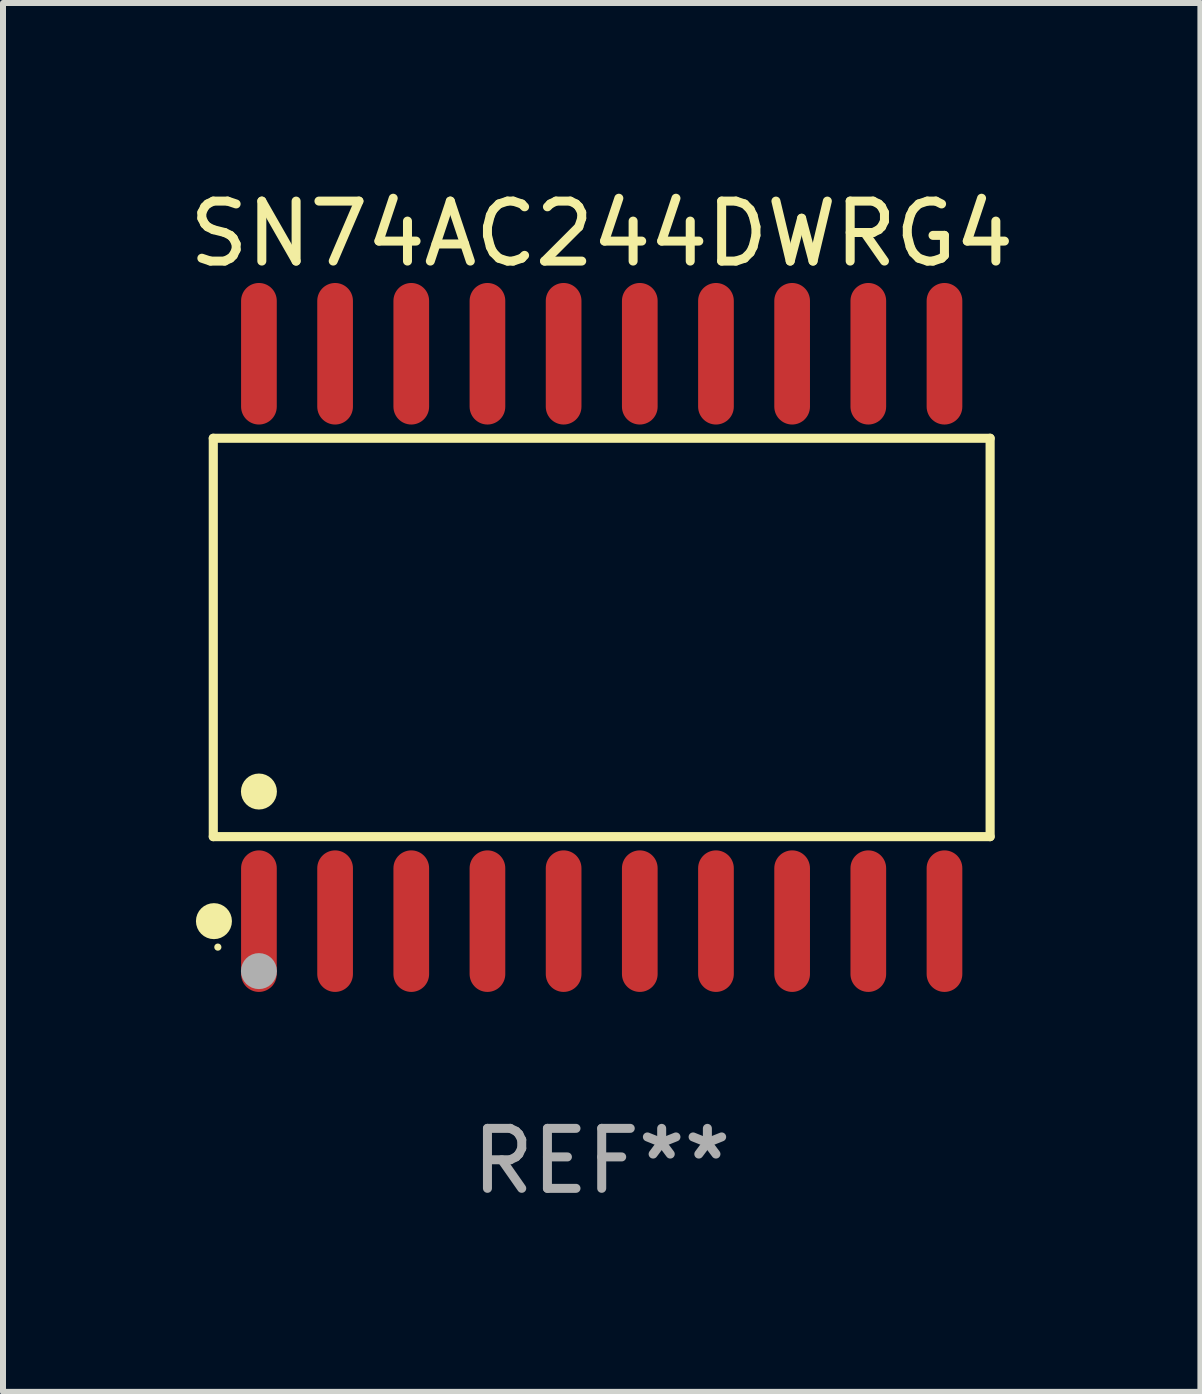
<source format=kicad_pcb>
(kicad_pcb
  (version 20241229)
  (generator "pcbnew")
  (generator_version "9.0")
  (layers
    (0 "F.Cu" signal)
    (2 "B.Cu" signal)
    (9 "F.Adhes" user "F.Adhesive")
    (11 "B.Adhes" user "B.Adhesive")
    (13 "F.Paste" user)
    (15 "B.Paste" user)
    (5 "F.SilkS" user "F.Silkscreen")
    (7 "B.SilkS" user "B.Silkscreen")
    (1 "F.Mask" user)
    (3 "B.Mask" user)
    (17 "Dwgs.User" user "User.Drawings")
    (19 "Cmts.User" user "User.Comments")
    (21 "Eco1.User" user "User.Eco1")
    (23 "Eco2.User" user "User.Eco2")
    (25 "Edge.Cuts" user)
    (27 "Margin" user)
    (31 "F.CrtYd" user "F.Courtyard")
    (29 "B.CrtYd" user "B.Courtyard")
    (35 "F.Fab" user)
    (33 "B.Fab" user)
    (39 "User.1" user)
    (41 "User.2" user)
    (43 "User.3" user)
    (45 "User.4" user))
  (footprint "SN74AC244DWRG4"
    (layer "F.Cu")
    (at 6.982 7.578)
    (property "Reference" "SN74AC244DWRG4" (at 0 -6.73 0) (layer "F.SilkS") (effects (font (size 1 1) (thickness 0.15))))
    (attr through_hole)
    (fp_line (start -6.476 -3.321) (end 6.476 -3.321) (stroke (width 0.152) (type solid)) (layer "F.SilkS"))
    (fp_line (start -6.476 3.321) (end -6.476 -3.321) (stroke (width 0.152) (type solid)) (layer "F.SilkS"))
    (fp_line (start 6.476 -3.321) (end 6.476 3.321) (stroke (width 0.152) (type solid)) (layer "F.SilkS"))
    (fp_line (start 6.476 3.321) (end -6.476 3.321) (stroke (width 0.152) (type solid)) (layer "F.SilkS"))
    (fp_circle (center -6.465 4.73) (end -6.315 4.73) (stroke (width 0.3) (type solid)) (fill no) (layer "F.SilkS"))
    (fp_circle (center -6.4 5.163) (end -6.37 5.163) (stroke (width 0.06) (type solid)) (fill no) (layer "F.SilkS"))
    (fp_circle (center -5.715 2.569) (end -5.565 2.569) (stroke (width 0.3) (type solid)) (fill no) (layer "F.SilkS"))
    (fp_circle (center -5.715 5.563) (end -5.565 5.563) (stroke (width 0.3) (type solid)) (fill no) (layer "F.Fab"))
    (fp_text user "REF**" (at 0 8.73 0) (layer "F.Fab") (effects (font (size 1 1) (thickness 0.15))))
    (pad "1" smd oval (at -5.715 4.73) (size 0.595 2.36) (layers "F.Cu" "F.Mask" "F.Paste"))
    (pad "2" smd oval (at -4.445 4.73) (size 0.595 2.36) (layers "F.Cu" "F.Mask" "F.Paste"))
    (pad "3" smd oval (at -3.175 4.73) (size 0.595 2.36) (layers "F.Cu" "F.Mask" "F.Paste"))
    (pad "4" smd oval (at -1.905 4.73) (size 0.595 2.36) (layers "F.Cu" "F.Mask" "F.Paste"))
    (pad "5" smd oval (at -0.635 4.73) (size 0.595 2.36) (layers "F.Cu" "F.Mask" "F.Paste"))
    (pad "6" smd oval (at 0.635 4.73) (size 0.595 2.36) (layers "F.Cu" "F.Mask" "F.Paste"))
    (pad "7" smd oval (at 1.905 4.73) (size 0.595 2.36) (layers "F.Cu" "F.Mask" "F.Paste"))
    (pad "8" smd oval (at 3.175 4.73) (size 0.595 2.36) (layers "F.Cu" "F.Mask" "F.Paste"))
    (pad "9" smd oval (at 4.445 4.73) (size 0.595 2.36) (layers "F.Cu" "F.Mask" "F.Paste"))
    (pad "10" smd oval (at 5.715 4.73) (size 0.595 2.36) (layers "F.Cu" "F.Mask" "F.Paste"))
    (pad "11" smd oval (at 5.715 -4.73) (size 0.595 2.36) (layers "F.Cu" "F.Mask" "F.Paste"))
    (pad "12" smd oval (at 4.445 -4.73) (size 0.595 2.36) (layers "F.Cu" "F.Mask" "F.Paste"))
    (pad "13" smd oval (at 3.175 -4.73) (size 0.595 2.36) (layers "F.Cu" "F.Mask" "F.Paste"))
    (pad "14" smd oval (at 1.905 -4.73) (size 0.595 2.36) (layers "F.Cu" "F.Mask" "F.Paste"))
    (pad "15" smd oval (at 0.635 -4.73) (size 0.595 2.36) (layers "F.Cu" "F.Mask" "F.Paste"))
    (pad "16" smd oval (at -0.635 -4.73) (size 0.595 2.36) (layers "F.Cu" "F.Mask" "F.Paste"))
    (pad "17" smd oval (at -1.905 -4.73) (size 0.595 2.36) (layers "F.Cu" "F.Mask" "F.Paste"))
    (pad "18" smd oval (at -3.175 -4.73) (size 0.595 2.36) (layers "F.Cu" "F.Mask" "F.Paste"))
    (pad "19" smd oval (at -4.445 -4.73) (size 0.595 2.36) (layers "F.Cu" "F.Mask" "F.Paste"))
    (pad "20" smd oval (at -5.715 -4.73) (size 0.595 2.36) (layers "F.Cu" "F.Mask" "F.Paste")))
  (gr_rect
    (start -3 -3)
    (end 16.964 20.156)
    (stroke (width 0.1) (type default))
    (fill no)
    (layer "Edge.Cuts")))
</source>
